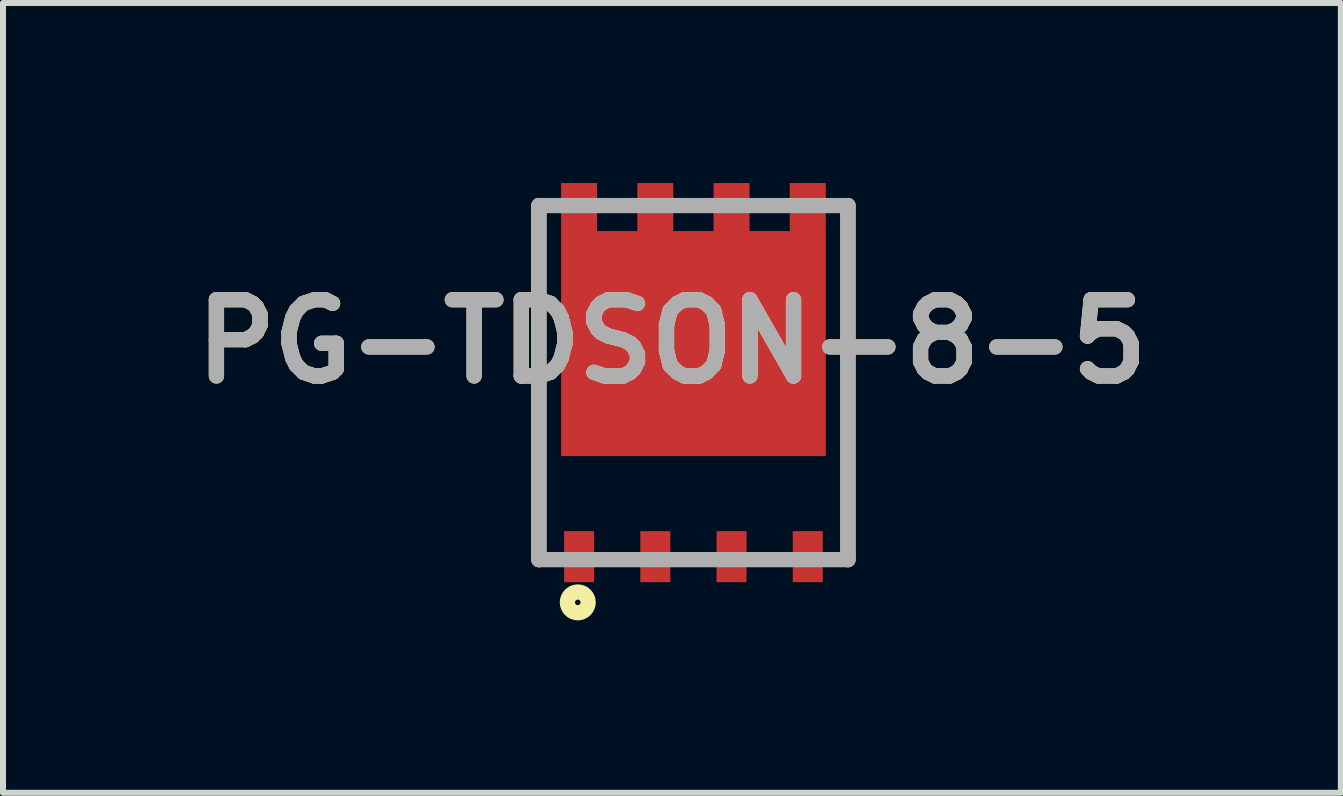
<source format=kicad_pcb>
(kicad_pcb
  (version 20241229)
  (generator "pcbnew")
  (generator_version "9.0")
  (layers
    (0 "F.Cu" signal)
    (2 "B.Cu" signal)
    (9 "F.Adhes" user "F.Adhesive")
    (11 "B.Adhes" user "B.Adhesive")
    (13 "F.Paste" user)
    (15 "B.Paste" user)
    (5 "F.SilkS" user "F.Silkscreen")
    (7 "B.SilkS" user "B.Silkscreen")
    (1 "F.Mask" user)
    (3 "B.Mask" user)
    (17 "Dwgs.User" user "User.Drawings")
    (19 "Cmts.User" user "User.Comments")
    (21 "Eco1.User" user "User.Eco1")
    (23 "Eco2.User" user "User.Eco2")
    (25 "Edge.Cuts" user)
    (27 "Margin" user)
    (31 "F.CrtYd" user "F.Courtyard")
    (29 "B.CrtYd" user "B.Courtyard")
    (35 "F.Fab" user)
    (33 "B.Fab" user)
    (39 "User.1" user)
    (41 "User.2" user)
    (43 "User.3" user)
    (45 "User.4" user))
  (footprint "PG-TDSON-8-5"
    (layer "F.Cu")
    (at 8.504 3.325)
    (property "Reference" "PG-TDSON-8-5" (at -0.358 -0.685 0) (layer "F.SilkS") (effects (font (size 1.27 1.27) (thickness 0.254))))
    (attr smd)
    (fp_line (start -2.575 -2.95) (end -2.575 2.95) (stroke (width 0.254) (type solid)) (layer "F.SilkS"))
    (fp_line (start 2.575 -2.95) (end 2.575 2.95) (stroke (width 0.254) (type solid)) (layer "F.SilkS"))
    (fp_circle (center -1.927 3.662) (end -1.927 3.708) (stroke (width 0.254) (type solid)) (fill no) (layer "F.SilkS"))
    (fp_line (start -2.575 -2.95) (end 2.575 -2.95) (stroke (width 0.254) (type solid)) (layer "F.Fab"))
    (fp_line (start -2.575 2.95) (end -2.575 -2.95) (stroke (width 0.254) (type solid)) (layer "F.Fab"))
    (fp_line (start 2.575 -2.95) (end 2.575 2.95) (stroke (width 0.254) (type solid)) (layer "F.Fab"))
    (fp_line (start 2.575 2.95) (end -2.575 2.95) (stroke (width 0.254) (type solid)) (layer "F.Fab"))
    (fp_text user "${REFERENCE}" (at -0.358 -0.685 0) (layer "F.Fab") (effects (font (size 1.27 1.27) (thickness 0.254))))
    (pad "1" smd rect (at -1.905 2.9) (size 0.5 0.85) (layers "F.Cu" "F.Mask" "F.Paste"))
    (pad "2" smd rect (at -0.635 2.9) (size 0.5 0.85) (layers "F.Cu" "F.Mask" "F.Paste"))
    (pad "3" smd rect (at 0.635 2.9) (size 0.5 0.85) (layers "F.Cu" "F.Mask" "F.Paste"))
    (pad "4" smd rect (at 1.905 2.9) (size 0.5 0.85) (layers "F.Cu" "F.Mask" "F.Paste"))
    (pad "5" smd rect (at 1.905 -2.925) (size 0.6 0.8) (layers "F.Cu" "F.Mask" "F.Paste"))
    (pad "6" smd rect (at 0.635 -2.925) (size 0.6 0.8) (layers "F.Cu" "F.Mask" "F.Paste"))
    (pad "7" smd rect (at -0.635 -2.925) (size 0.6 0.8) (layers "F.Cu" "F.Mask" "F.Paste"))
    (pad "8" smd rect (at -1.905 -2.925) (size 0.6 0.8) (layers "F.Cu" "F.Mask" "F.Paste"))
    (pad "9" smd rect (at 0 -0.65 90) (size 3.75 4.41) (layers "F.Cu" "F.Mask" "F.Paste")))
  (gr_rect
    (start -3 -3)
    (end 19.292 10.16)
    (stroke (width 0.1) (type default))
    (fill no)
    (layer "Edge.Cuts")))
</source>
